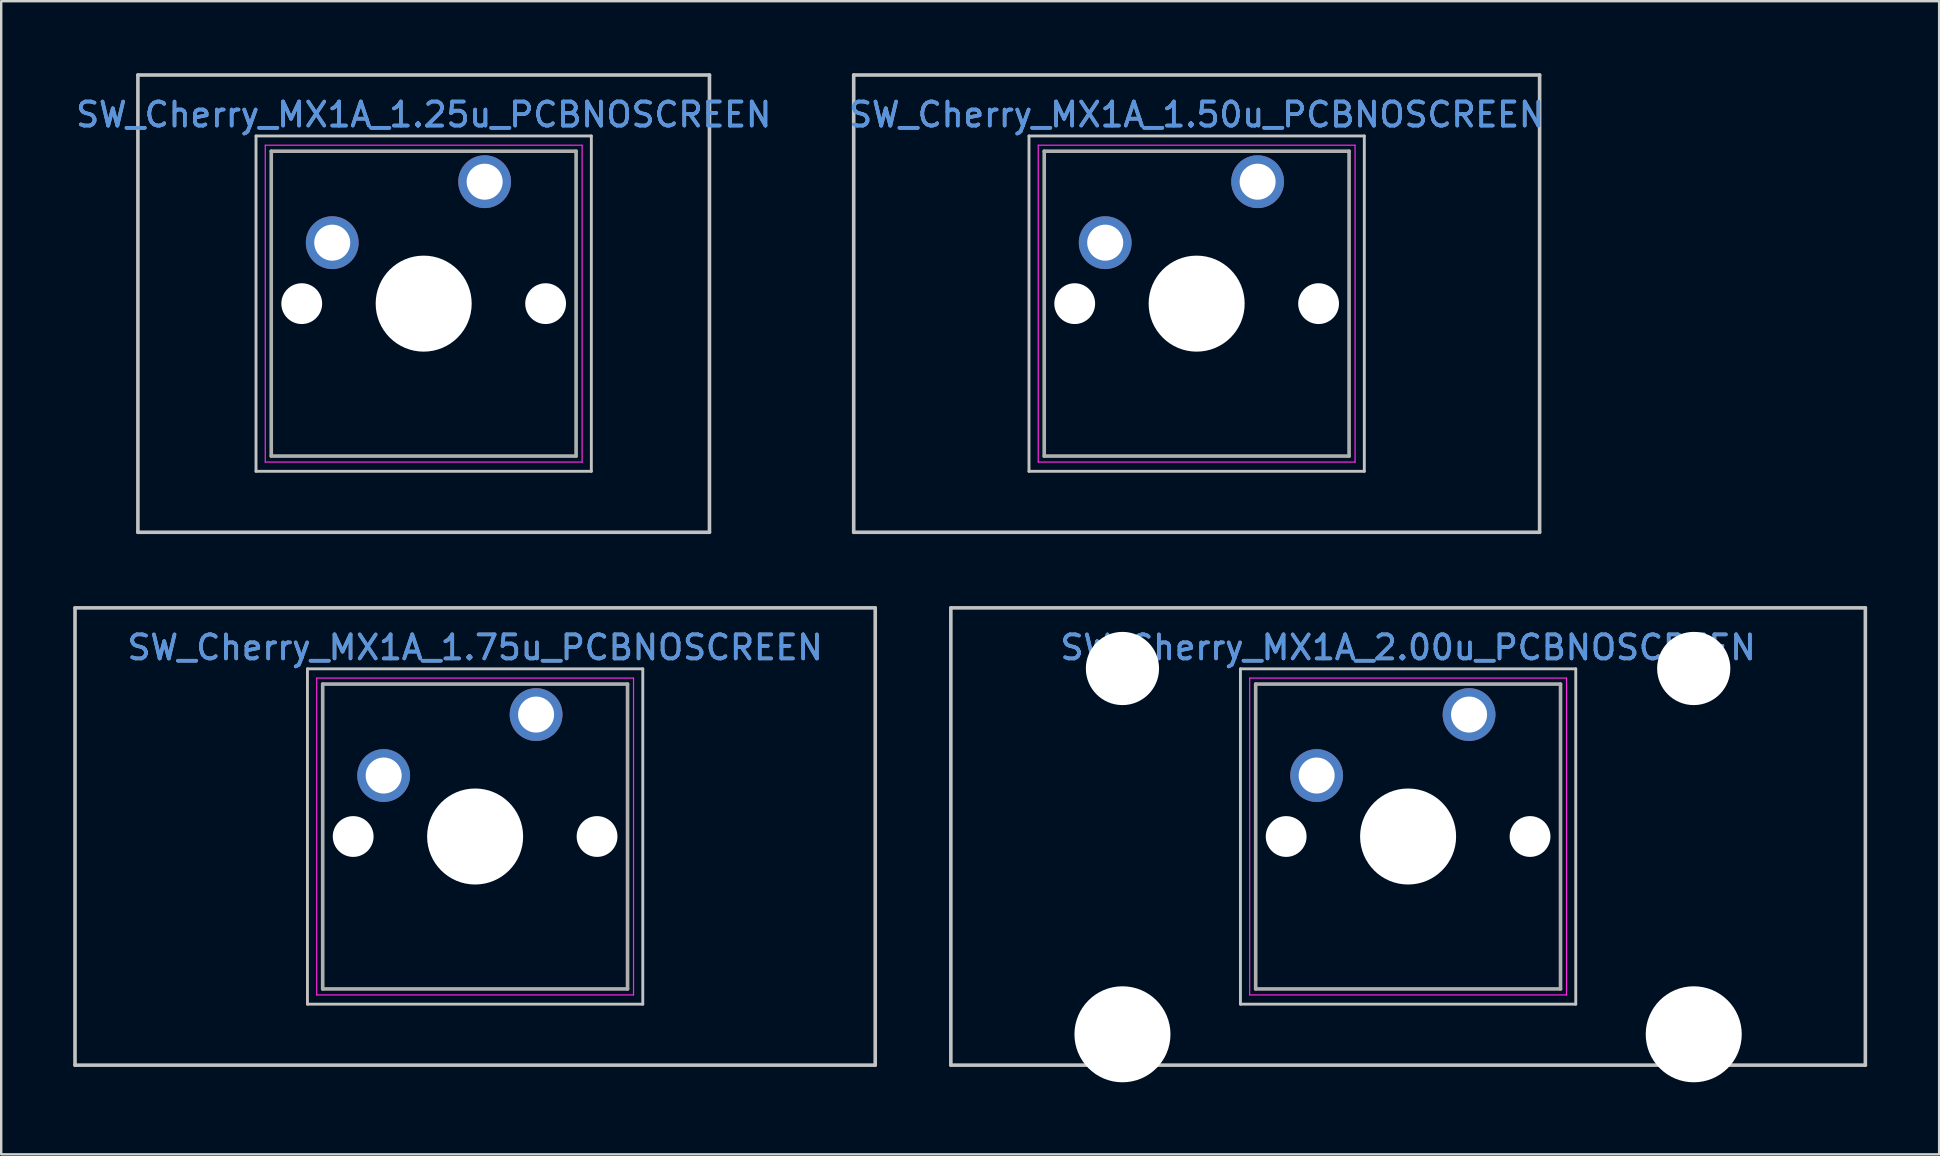
<source format=kicad_pcb>
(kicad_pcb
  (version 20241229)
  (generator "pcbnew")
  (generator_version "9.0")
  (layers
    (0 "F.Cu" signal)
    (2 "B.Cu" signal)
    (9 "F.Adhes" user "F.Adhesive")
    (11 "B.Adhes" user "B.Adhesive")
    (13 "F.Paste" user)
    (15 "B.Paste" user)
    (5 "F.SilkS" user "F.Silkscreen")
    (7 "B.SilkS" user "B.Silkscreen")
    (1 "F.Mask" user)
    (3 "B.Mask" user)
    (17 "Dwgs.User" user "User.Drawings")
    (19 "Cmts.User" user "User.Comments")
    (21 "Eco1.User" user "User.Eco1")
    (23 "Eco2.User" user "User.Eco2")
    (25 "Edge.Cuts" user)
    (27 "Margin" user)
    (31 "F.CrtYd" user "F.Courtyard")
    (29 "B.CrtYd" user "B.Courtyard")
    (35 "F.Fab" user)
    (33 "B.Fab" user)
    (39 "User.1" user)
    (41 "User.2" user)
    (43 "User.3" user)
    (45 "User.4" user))
  (footprint "SW_Cherry_MX1A_1.25u_PCBNOSCREEN"
    (layer "F.Cu")
    (at 17.141 4.52)
    (property "Reference" "SW_Cherry_MX1A_1.25u_PCBNOSCREEN" (at -2.54 -2.794 0) (layer "Cmts.User") (effects (font (size 1 1) (thickness 0.15))))
    (attr through_hole)
    (fp_line (start -14.446 -4.445) (end 9.366 -4.445) (stroke (width 0.15) (type solid)) (layer "Dwgs.User"))
    (fp_line (start -14.446 14.605) (end -14.446 -4.445) (stroke (width 0.15) (type solid)) (layer "Dwgs.User"))
    (fp_line (start -9.525 -1.905) (end 4.445 -1.905) (stroke (width 0.12) (type solid)) (layer "Dwgs.User"))
    (fp_line (start -9.525 12.065) (end -9.525 -1.905) (stroke (width 0.12) (type solid)) (layer "Dwgs.User"))
    (fp_line (start 4.445 -1.905) (end 4.445 12.065) (stroke (width 0.12) (type solid)) (layer "Dwgs.User"))
    (fp_line (start 4.445 12.065) (end -9.525 12.065) (stroke (width 0.12) (type solid)) (layer "Dwgs.User"))
    (fp_line (start 9.366 -4.445) (end 9.366 14.605) (stroke (width 0.15) (type solid)) (layer "Dwgs.User"))
    (fp_line (start 9.366 14.605) (end -14.446 14.605) (stroke (width 0.15) (type solid)) (layer "Dwgs.User"))
    (fp_line (start -9.14 -1.52) (end 4.06 -1.52) (stroke (width 0.05) (type solid)) (layer "F.CrtYd"))
    (fp_line (start -9.14 11.68) (end -9.14 -1.52) (stroke (width 0.05) (type solid)) (layer "F.CrtYd"))
    (fp_line (start 4.06 -1.52) (end 4.06 11.68) (stroke (width 0.05) (type solid)) (layer "F.CrtYd"))
    (fp_line (start 4.06 11.68) (end -9.14 11.68) (stroke (width 0.05) (type solid)) (layer "F.CrtYd"))
    (fp_line (start -8.89 -1.27) (end 3.81 -1.27) (stroke (width 0.15) (type solid)) (layer "F.Fab"))
    (fp_line (start -8.89 11.43) (end -8.89 -1.27) (stroke (width 0.15) (type solid)) (layer "F.Fab"))
    (fp_line (start 3.81 -1.27) (end 3.81 11.43) (stroke (width 0.15) (type solid)) (layer "F.Fab"))
    (fp_line (start 3.81 11.43) (end -8.89 11.43) (stroke (width 0.15) (type solid)) (layer "F.Fab"))
    (fp_text user "${REFERENCE}" (at -2.54 -2.794 0) (layer "F.Fab") (effects (font (size 1 1) (thickness 0.15))))
    (pad "" np_thru_hole circle (at -7.62 5.08) (size 1.7 1.7) (drill 1.7) (layers "*.Cu" "*.Mask"))
    (pad "" np_thru_hole circle (at -2.54 5.08) (size 4 4) (drill 4) (layers "*.Cu" "*.Mask"))
    (pad "" np_thru_hole circle (at 2.54 5.08) (size 1.7 1.7) (drill 1.7) (layers "*.Cu" "*.Mask"))
    (pad "1" thru_hole circle (at 0 0) (size 2.2 2.2) (drill 1.5) (layers "*.Cu" "*.Mask"))
    (pad "2" thru_hole circle (at -6.35 2.54) (size 2.2 2.2) (drill 1.5) (layers "*.Cu" "*.Mask")))
  (footprint "SW_Cherry_MX1A_1.75u_PCBNOSCREEN"
    (layer "F.Cu")
    (at 19.284 26.72)
    (property "Reference" "SW_Cherry_MX1A_1.75u_PCBNOSCREEN" (at -2.54 -2.794 0) (layer "Cmts.User") (effects (font (size 1 1) (thickness 0.15))))
    (attr through_hole)
    (fp_line (start -19.209 -4.445) (end 14.129 -4.445) (stroke (width 0.15) (type solid)) (layer "Dwgs.User"))
    (fp_line (start -19.209 14.605) (end -19.209 -4.445) (stroke (width 0.15) (type solid)) (layer "Dwgs.User"))
    (fp_line (start -9.525 -1.905) (end 4.445 -1.905) (stroke (width 0.12) (type solid)) (layer "Dwgs.User"))
    (fp_line (start -9.525 12.065) (end -9.525 -1.905) (stroke (width 0.12) (type solid)) (layer "Dwgs.User"))
    (fp_line (start 4.445 -1.905) (end 4.445 12.065) (stroke (width 0.12) (type solid)) (layer "Dwgs.User"))
    (fp_line (start 4.445 12.065) (end -9.525 12.065) (stroke (width 0.12) (type solid)) (layer "Dwgs.User"))
    (fp_line (start 14.129 -4.445) (end 14.129 14.605) (stroke (width 0.15) (type solid)) (layer "Dwgs.User"))
    (fp_line (start 14.129 14.605) (end -19.209 14.605) (stroke (width 0.15) (type solid)) (layer "Dwgs.User"))
    (fp_line (start -9.14 -1.52) (end 4.06 -1.52) (stroke (width 0.05) (type solid)) (layer "F.CrtYd"))
    (fp_line (start -9.14 11.68) (end -9.14 -1.52) (stroke (width 0.05) (type solid)) (layer "F.CrtYd"))
    (fp_line (start 4.06 -1.52) (end 4.06 11.68) (stroke (width 0.05) (type solid)) (layer "F.CrtYd"))
    (fp_line (start 4.06 11.68) (end -9.14 11.68) (stroke (width 0.05) (type solid)) (layer "F.CrtYd"))
    (fp_line (start -8.89 -1.27) (end 3.81 -1.27) (stroke (width 0.15) (type solid)) (layer "F.Fab"))
    (fp_line (start -8.89 11.43) (end -8.89 -1.27) (stroke (width 0.15) (type solid)) (layer "F.Fab"))
    (fp_line (start 3.81 -1.27) (end 3.81 11.43) (stroke (width 0.15) (type solid)) (layer "F.Fab"))
    (fp_line (start 3.81 11.43) (end -8.89 11.43) (stroke (width 0.15) (type solid)) (layer "F.Fab"))
    (fp_text user "${REFERENCE}" (at -2.54 -2.794 0) (layer "F.Fab") (effects (font (size 1 1) (thickness 0.15))))
    (pad "" np_thru_hole circle (at -7.62 5.08) (size 1.7 1.7) (drill 1.7) (layers "*.Cu" "*.Mask"))
    (pad "" np_thru_hole circle (at -2.54 5.08) (size 4 4) (drill 4) (layers "*.Cu" "*.Mask"))
    (pad "" np_thru_hole circle (at 2.54 5.08) (size 1.7 1.7) (drill 1.7) (layers "*.Cu" "*.Mask"))
    (pad "1" thru_hole circle (at 0 0) (size 2.2 2.2) (drill 1.5) (layers "*.Cu" "*.Mask"))
    (pad "2" thru_hole circle (at -6.35 2.54) (size 2.2 2.2) (drill 1.5) (layers "*.Cu" "*.Mask")))
  (footprint "SW_Cherry_MX1A_2.00u_PCBNOSCREEN"
    (layer "F.Cu")
    (at 58.153 26.72)
    (property "Reference" "SW_Cherry_MX1A_2.00u_PCBNOSCREEN" (at -2.54 -2.794 0) (layer "Cmts.User") (effects (font (size 1 1) (thickness 0.15))))
    (attr through_hole)
    (fp_line (start -21.59 -4.445) (end 16.51 -4.445) (stroke (width 0.15) (type solid)) (layer "Dwgs.User"))
    (fp_line (start -21.59 14.605) (end -21.59 -4.445) (stroke (width 0.15) (type solid)) (layer "Dwgs.User"))
    (fp_line (start -9.525 -1.905) (end 4.445 -1.905) (stroke (width 0.12) (type solid)) (layer "Dwgs.User"))
    (fp_line (start -9.525 12.065) (end -9.525 -1.905) (stroke (width 0.12) (type solid)) (layer "Dwgs.User"))
    (fp_line (start 4.445 -1.905) (end 4.445 12.065) (stroke (width 0.12) (type solid)) (layer "Dwgs.User"))
    (fp_line (start 4.445 12.065) (end -9.525 12.065) (stroke (width 0.12) (type solid)) (layer "Dwgs.User"))
    (fp_line (start 16.51 -4.445) (end 16.51 14.605) (stroke (width 0.15) (type solid)) (layer "Dwgs.User"))
    (fp_line (start 16.51 14.605) (end -21.59 14.605) (stroke (width 0.15) (type solid)) (layer "Dwgs.User"))
    (fp_line (start -9.14 -1.52) (end 4.06 -1.52) (stroke (width 0.05) (type solid)) (layer "F.CrtYd"))
    (fp_line (start -9.14 11.68) (end -9.14 -1.52) (stroke (width 0.05) (type solid)) (layer "F.CrtYd"))
    (fp_line (start 4.06 -1.52) (end 4.06 11.68) (stroke (width 0.05) (type solid)) (layer "F.CrtYd"))
    (fp_line (start 4.06 11.68) (end -9.14 11.68) (stroke (width 0.05) (type solid)) (layer "F.CrtYd"))
    (fp_line (start -8.89 -1.27) (end 3.81 -1.27) (stroke (width 0.15) (type solid)) (layer "F.Fab"))
    (fp_line (start -8.89 11.43) (end -8.89 -1.27) (stroke (width 0.15) (type solid)) (layer "F.Fab"))
    (fp_line (start 3.81 -1.27) (end 3.81 11.43) (stroke (width 0.15) (type solid)) (layer "F.Fab"))
    (fp_line (start 3.81 11.43) (end -8.89 11.43) (stroke (width 0.15) (type solid)) (layer "F.Fab"))
    (fp_text user "${REFERENCE}" (at -2.54 -2.794 0) (layer "F.Fab") (effects (font (size 1 1) (thickness 0.15))))
    (pad "" np_thru_hole circle (at -14.44 -1.92) (size 3.05 3.05) (drill 3.05) (layers "*.Cu" "*.Mask"))
    (pad "" np_thru_hole circle (at -14.44 13.32) (size 4 4) (drill 4) (layers "*.Cu" "*.Mask"))
    (pad "" np_thru_hole circle (at -7.62 5.08) (size 1.7 1.7) (drill 1.7) (layers "*.Cu" "*.Mask"))
    (pad "" np_thru_hole circle (at -2.54 5.08) (size 4 4) (drill 4) (layers "*.Cu" "*.Mask"))
    (pad "" np_thru_hole circle (at 2.54 5.08) (size 1.7 1.7) (drill 1.7) (layers "*.Cu" "*.Mask"))
    (pad "" np_thru_hole circle (at 9.36 -1.92) (size 3.05 3.05) (drill 3.05) (layers "*.Cu" "*.Mask"))
    (pad "" np_thru_hole circle (at 9.36 13.32) (size 4 4) (drill 4) (layers "*.Cu" "*.Mask"))
    (pad "1" thru_hole circle (at 0 0) (size 2.2 2.2) (drill 1.5) (layers "*.Cu" "*.Mask"))
    (pad "2" thru_hole circle (at -6.35 2.54) (size 2.2 2.2) (drill 1.5) (layers "*.Cu" "*.Mask")))
  (footprint "SW_Cherry_MX1A_1.50u_PCBNOSCREEN"
    (layer "F.Cu")
    (at 49.344 4.52)
    (property "Reference" "SW_Cherry_MX1A_1.50u_PCBNOSCREEN" (at -2.54 -2.794 0) (layer "Cmts.User") (effects (font (size 1 1) (thickness 0.15))))
    (attr through_hole)
    (fp_line (start -16.828 -4.445) (end 11.748 -4.445) (stroke (width 0.15) (type solid)) (layer "Dwgs.User"))
    (fp_line (start -16.828 14.605) (end -16.828 -4.445) (stroke (width 0.15) (type solid)) (layer "Dwgs.User"))
    (fp_line (start -9.525 -1.905) (end 4.445 -1.905) (stroke (width 0.12) (type solid)) (layer "Dwgs.User"))
    (fp_line (start -9.525 12.065) (end -9.525 -1.905) (stroke (width 0.12) (type solid)) (layer "Dwgs.User"))
    (fp_line (start 4.445 -1.905) (end 4.445 12.065) (stroke (width 0.12) (type solid)) (layer "Dwgs.User"))
    (fp_line (start 4.445 12.065) (end -9.525 12.065) (stroke (width 0.12) (type solid)) (layer "Dwgs.User"))
    (fp_line (start 11.748 -4.445) (end 11.748 14.605) (stroke (width 0.15) (type solid)) (layer "Dwgs.User"))
    (fp_line (start 11.748 14.605) (end -16.828 14.605) (stroke (width 0.15) (type solid)) (layer "Dwgs.User"))
    (fp_line (start -9.14 -1.52) (end 4.06 -1.52) (stroke (width 0.05) (type solid)) (layer "F.CrtYd"))
    (fp_line (start -9.14 11.68) (end -9.14 -1.52) (stroke (width 0.05) (type solid)) (layer "F.CrtYd"))
    (fp_line (start 4.06 -1.52) (end 4.06 11.68) (stroke (width 0.05) (type solid)) (layer "F.CrtYd"))
    (fp_line (start 4.06 11.68) (end -9.14 11.68) (stroke (width 0.05) (type solid)) (layer "F.CrtYd"))
    (fp_line (start -8.89 -1.27) (end 3.81 -1.27) (stroke (width 0.15) (type solid)) (layer "F.Fab"))
    (fp_line (start -8.89 11.43) (end -8.89 -1.27) (stroke (width 0.15) (type solid)) (layer "F.Fab"))
    (fp_line (start 3.81 -1.27) (end 3.81 11.43) (stroke (width 0.15) (type solid)) (layer "F.Fab"))
    (fp_line (start 3.81 11.43) (end -8.89 11.43) (stroke (width 0.15) (type solid)) (layer "F.Fab"))
    (fp_text user "${REFERENCE}" (at -2.54 -2.794 0) (layer "F.Fab") (effects (font (size 1 1) (thickness 0.15))))
    (pad "" np_thru_hole circle (at -7.62 5.08) (size 1.7 1.7) (drill 1.7) (layers "*.Cu" "*.Mask"))
    (pad "" np_thru_hole circle (at -2.54 5.08) (size 4 4) (drill 4) (layers "*.Cu" "*.Mask"))
    (pad "" np_thru_hole circle (at 2.54 5.08) (size 1.7 1.7) (drill 1.7) (layers "*.Cu" "*.Mask"))
    (pad "1" thru_hole circle (at 0 0) (size 2.2 2.2) (drill 1.5) (layers "*.Cu" "*.Mask"))
    (pad "2" thru_hole circle (at -6.35 2.54) (size 2.2 2.2) (drill 1.5) (layers "*.Cu" "*.Mask")))
  (gr_rect
    (start -3 -3)
    (end 77.737 45.04)
    (stroke (width 0.1) (type default))
    (fill no)
    (layer "Edge.Cuts")))
</source>
